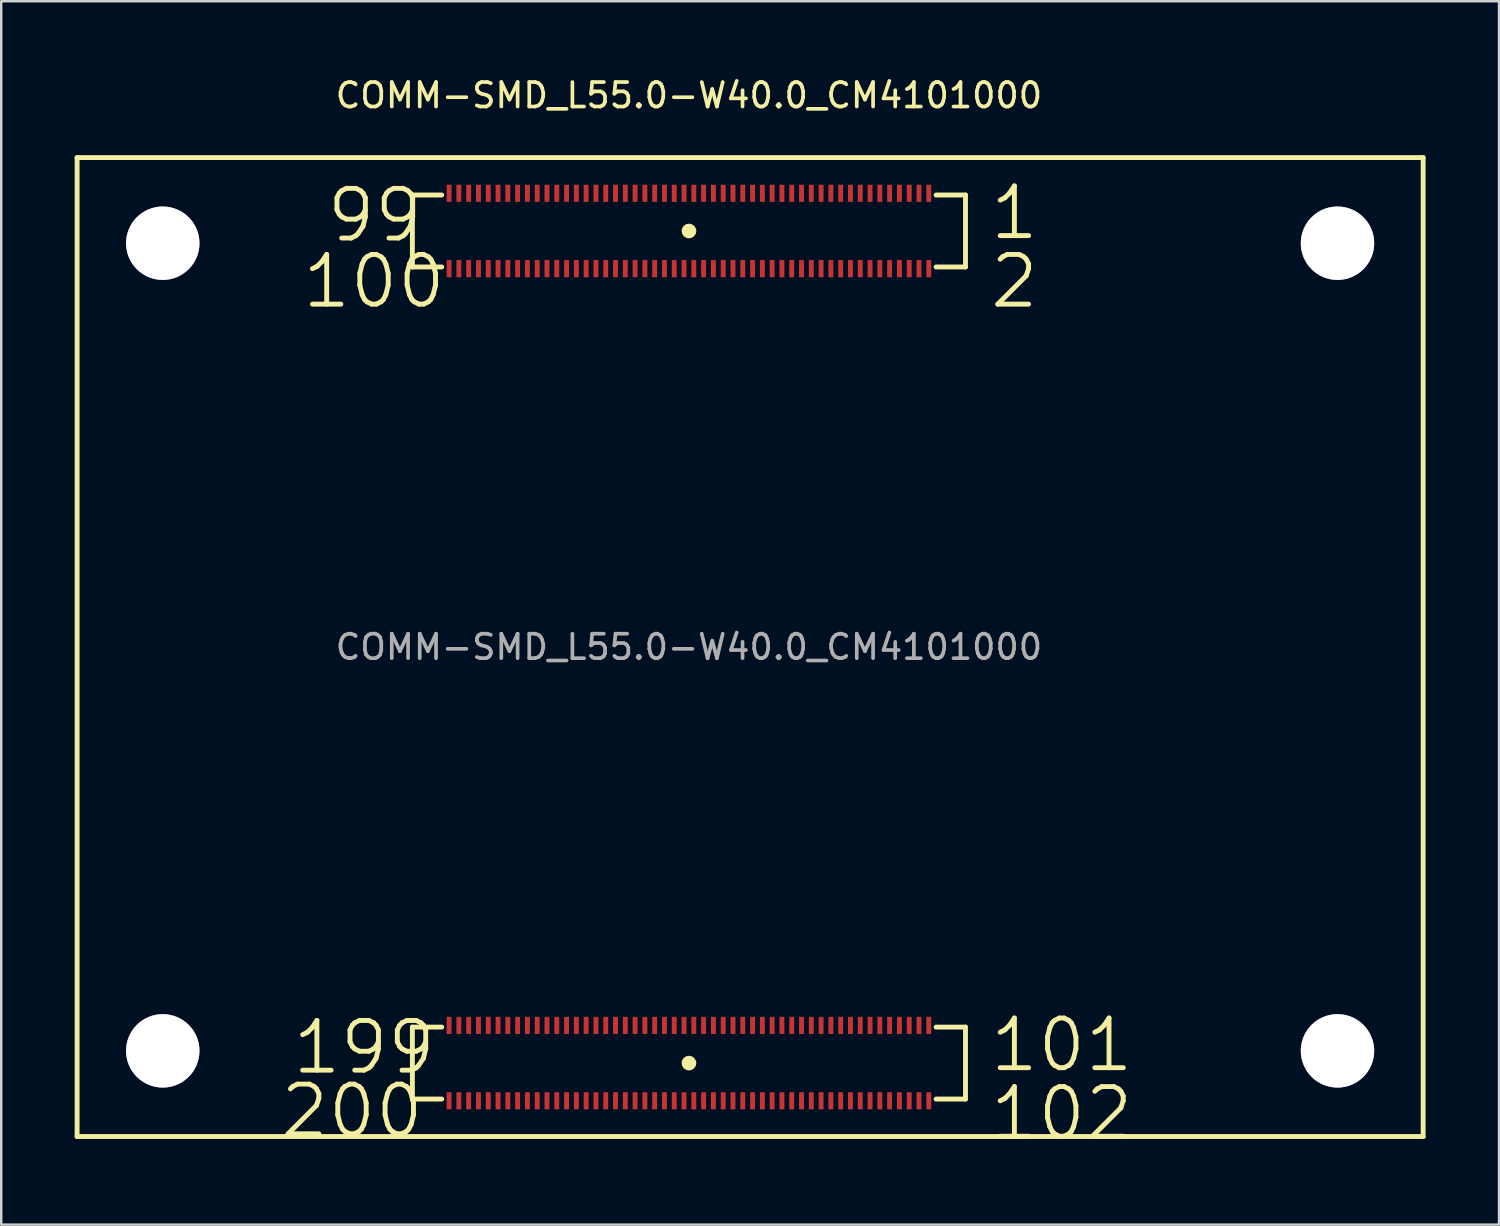
<source format=kicad_pcb>
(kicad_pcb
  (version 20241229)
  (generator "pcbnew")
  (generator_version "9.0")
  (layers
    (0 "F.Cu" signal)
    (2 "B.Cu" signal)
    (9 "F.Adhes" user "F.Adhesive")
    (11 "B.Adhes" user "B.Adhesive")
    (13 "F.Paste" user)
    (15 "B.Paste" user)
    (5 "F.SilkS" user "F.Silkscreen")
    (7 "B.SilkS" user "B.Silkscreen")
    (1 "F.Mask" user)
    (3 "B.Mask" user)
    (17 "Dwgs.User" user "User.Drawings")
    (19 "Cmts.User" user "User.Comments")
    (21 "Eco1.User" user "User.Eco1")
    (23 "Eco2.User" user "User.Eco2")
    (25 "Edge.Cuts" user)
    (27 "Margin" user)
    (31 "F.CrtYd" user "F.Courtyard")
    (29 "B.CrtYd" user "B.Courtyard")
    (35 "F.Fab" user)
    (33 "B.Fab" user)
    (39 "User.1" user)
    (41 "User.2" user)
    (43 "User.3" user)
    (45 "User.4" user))
  (footprint "COMM-SMD_L55.0-W40.0_CM4101000"
    (layer "F.Cu")
    (at 25.1 23.388)
    (property "Reference" "COMM-SMD_L55.0-W40.0_CM4101000" (at 0 -22.54 0) (layer "F.SilkS") (effects (font (size 1 1) (thickness 0.15))))
    (attr through_hole)
    (fp_line (start -25 -20) (end 30 -20) (stroke (width 0.2) (type solid)) (layer "F.SilkS"))
    (fp_line (start -25 20) (end -25 -20) (stroke (width 0.2) (type solid)) (layer "F.SilkS"))
    (fp_line (start -11.3 -18.47) (end -10.1 -18.47) (stroke (width 0.2) (type solid)) (layer "F.SilkS"))
    (fp_line (start -11.3 -15.53) (end -11.3 -18.47) (stroke (width 0.2) (type solid)) (layer "F.SilkS"))
    (fp_line (start -11.3 15.53) (end -10.1 15.53) (stroke (width 0.2) (type solid)) (layer "F.SilkS"))
    (fp_line (start -11.3 18.47) (end -11.3 15.53) (stroke (width 0.2) (type solid)) (layer "F.SilkS"))
    (fp_line (start -10.1 -15.53) (end -11.3 -15.53) (stroke (width 0.2) (type solid)) (layer "F.SilkS"))
    (fp_line (start -10.1 18.47) (end -11.3 18.47) (stroke (width 0.2) (type solid)) (layer "F.SilkS"))
    (fp_line (start 10.1 -18.47) (end 11.3 -18.47) (stroke (width 0.2) (type solid)) (layer "F.SilkS"))
    (fp_line (start 10.1 15.53) (end 11.3 15.53) (stroke (width 0.2) (type solid)) (layer "F.SilkS"))
    (fp_line (start 11.3 -18.47) (end 11.3 -15.53) (stroke (width 0.2) (type solid)) (layer "F.SilkS"))
    (fp_line (start 11.3 -15.53) (end 10.1 -15.53) (stroke (width 0.2) (type solid)) (layer "F.SilkS"))
    (fp_line (start 11.3 15.53) (end 11.3 18.47) (stroke (width 0.2) (type solid)) (layer "F.SilkS"))
    (fp_line (start 11.3 18.47) (end 10.1 18.47) (stroke (width 0.2) (type solid)) (layer "F.SilkS"))
    (fp_line (start 30 -20) (end 30 20) (stroke (width 0.2) (type solid)) (layer "F.SilkS"))
    (fp_line (start 30 20) (end -25 20) (stroke (width 0.2) (type solid)) (layer "F.SilkS"))
    (fp_circle (center 0 -17) (end 0.15 -17) (stroke (width 0.3) (type solid)) (fill no) (layer "F.SilkS"))
    (fp_circle (center 0 17) (end 0.15 17) (stroke (width 0.3) (type solid)) (fill no) (layer "F.SilkS"))
    (fp_text user "200" (at -16.8 18.96 0) (layer "F.SilkS") (effects (font (size 2.03 2.03) (thickness 0.2)) (justify left)))
    (fp_text user "100" (at -15.9 -14.94 0) (layer "F.SilkS") (effects (font (size 2.03 2.03) (thickness 0.2)) (justify left)))
    (fp_text user "102" (at 12.2 19.06 0) (layer "F.SilkS") (effects (font (size 2.03 2.03) (thickness 0.2)) (justify left)))
    (fp_text user "1" (at 12.2 -17.74 0) (layer "F.SilkS") (effects (font (size 2.03 2.03) (thickness 0.2)) (justify left)))
    (fp_text user "199" (at -16.3 16.36 0) (layer "F.SilkS") (effects (font (size 2.03 2.03) (thickness 0.2)) (justify left)))
    (fp_text user "101" (at 12.2 16.26 0) (layer "F.SilkS") (effects (font (size 2.03 2.03) (thickness 0.2)) (justify left)))
    (fp_text user "2" (at 12.2 -14.94 0) (layer "F.SilkS") (effects (font (size 2.03 2.03) (thickness 0.2)) (justify left)))
    (fp_text user "99" (at -14.9 -17.64 0) (layer "F.SilkS") (effects (font (size 2.03 2.03) (thickness 0.2)) (justify left)))
    (fp_text user "${REFERENCE}" (at 0 0 0) (layer "F.Fab") (effects (font (size 1 1) (thickness 0.15))))
    (pad "" thru_hole circle (at -21.5 -16.5) (size 3 3) (drill 3) (layers "*.Cu" "*.Mask"))
    (pad "" thru_hole circle (at -21.5 16.5) (size 3 3) (drill 3) (layers "*.Cu" "*.Mask"))
    (pad "" thru_hole circle (at 26.5 -16.5) (size 3 3) (drill 3) (layers "*.Cu" "*.Mask"))
    (pad "" thru_hole circle (at 26.5 16.5) (size 3 3) (drill 3) (layers "*.Cu" "*.Mask"))
    (pad "1" smd rect (at 9.8 -18.54) (size 0.2 0.7) (layers "F.Cu" "F.Mask" "F.Paste"))
    (pad "2" smd rect (at 9.8 -15.46) (size 0.2 0.7) (layers "F.Cu" "F.Mask" "F.Paste"))
    (pad "3" smd rect (at 9.4 -18.54) (size 0.2 0.7) (layers "F.Cu" "F.Mask" "F.Paste"))
    (pad "4" smd rect (at 9.4 -15.46) (size 0.2 0.7) (layers "F.Cu" "F.Mask" "F.Paste"))
    (pad "5" smd rect (at 9 -18.54) (size 0.2 0.7) (layers "F.Cu" "F.Mask" "F.Paste"))
    (pad "6" smd rect (at 9 -15.46) (size 0.2 0.7) (layers "F.Cu" "F.Mask" "F.Paste"))
    (pad "7" smd rect (at 8.6 -18.54) (size 0.2 0.7) (layers "F.Cu" "F.Mask" "F.Paste"))
    (pad "8" smd rect (at 8.6 -15.46) (size 0.2 0.7) (layers "F.Cu" "F.Mask" "F.Paste"))
    (pad "9" smd rect (at 8.2 -18.54) (size 0.2 0.7) (layers "F.Cu" "F.Mask" "F.Paste"))
    (pad "10" smd rect (at 8.2 -15.46) (size 0.2 0.7) (layers "F.Cu" "F.Mask" "F.Paste"))
    (pad "11" smd rect (at 7.8 -18.54) (size 0.2 0.7) (layers "F.Cu" "F.Mask" "F.Paste"))
    (pad "12" smd rect (at 7.8 -15.46) (size 0.2 0.7) (layers "F.Cu" "F.Mask" "F.Paste"))
    (pad "13" smd rect (at 7.4 -18.54) (size 0.2 0.7) (layers "F.Cu" "F.Mask" "F.Paste"))
    (pad "14" smd rect (at 7.4 -15.46) (size 0.2 0.7) (layers "F.Cu" "F.Mask" "F.Paste"))
    (pad "15" smd rect (at 7 -18.54) (size 0.2 0.7) (layers "F.Cu" "F.Mask" "F.Paste"))
    (pad "16" smd rect (at 7 -15.46) (size 0.2 0.7) (layers "F.Cu" "F.Mask" "F.Paste"))
    (pad "17" smd rect (at 6.6 -18.54) (size 0.2 0.7) (layers "F.Cu" "F.Mask" "F.Paste"))
    (pad "18" smd rect (at 6.6 -15.46) (size 0.2 0.7) (layers "F.Cu" "F.Mask" "F.Paste"))
    (pad "19" smd rect (at 6.2 -18.54) (size 0.2 0.7) (layers "F.Cu" "F.Mask" "F.Paste"))
    (pad "20" smd rect (at 6.2 -15.46) (size 0.2 0.7) (layers "F.Cu" "F.Mask" "F.Paste"))
    (pad "21" smd rect (at 5.8 -18.54) (size 0.2 0.7) (layers "F.Cu" "F.Mask" "F.Paste"))
    (pad "22" smd rect (at 5.8 -15.46) (size 0.2 0.7) (layers "F.Cu" "F.Mask" "F.Paste"))
    (pad "23" smd rect (at 5.4 -18.54) (size 0.2 0.7) (layers "F.Cu" "F.Mask" "F.Paste"))
    (pad "24" smd rect (at 5.4 -15.46) (size 0.2 0.7) (layers "F.Cu" "F.Mask" "F.Paste"))
    (pad "25" smd rect (at 5 -18.54) (size 0.2 0.7) (layers "F.Cu" "F.Mask" "F.Paste"))
    (pad "26" smd rect (at 5 -15.46) (size 0.2 0.7) (layers "F.Cu" "F.Mask" "F.Paste"))
    (pad "27" smd rect (at 4.6 -18.54) (size 0.2 0.7) (layers "F.Cu" "F.Mask" "F.Paste"))
    (pad "28" smd rect (at 4.6 -15.46) (size 0.2 0.7) (layers "F.Cu" "F.Mask" "F.Paste"))
    (pad "29" smd rect (at 4.2 -18.54) (size 0.2 0.7) (layers "F.Cu" "F.Mask" "F.Paste"))
    (pad "30" smd rect (at 4.2 -15.46) (size 0.2 0.7) (layers "F.Cu" "F.Mask" "F.Paste"))
    (pad "31" smd rect (at 3.8 -18.54) (size 0.2 0.7) (layers "F.Cu" "F.Mask" "F.Paste"))
    (pad "32" smd rect (at 3.8 -15.46) (size 0.2 0.7) (layers "F.Cu" "F.Mask" "F.Paste"))
    (pad "33" smd rect (at 3.4 -18.54) (size 0.2 0.7) (layers "F.Cu" "F.Mask" "F.Paste"))
    (pad "34" smd rect (at 3.4 -15.46) (size 0.2 0.7) (layers "F.Cu" "F.Mask" "F.Paste"))
    (pad "35" smd rect (at 3 -18.54) (size 0.2 0.7) (layers "F.Cu" "F.Mask" "F.Paste"))
    (pad "36" smd rect (at 3 -15.46) (size 0.2 0.7) (layers "F.Cu" "F.Mask" "F.Paste"))
    (pad "37" smd rect (at 2.6 -18.54) (size 0.2 0.7) (layers "F.Cu" "F.Mask" "F.Paste"))
    (pad "38" smd rect (at 2.6 -15.46) (size 0.2 0.7) (layers "F.Cu" "F.Mask" "F.Paste"))
    (pad "39" smd rect (at 2.2 -18.54) (size 0.2 0.7) (layers "F.Cu" "F.Mask" "F.Paste"))
    (pad "40" smd rect (at 2.2 -15.46) (size 0.2 0.7) (layers "F.Cu" "F.Mask" "F.Paste"))
    (pad "41" smd rect (at 1.8 -18.54) (size 0.2 0.7) (layers "F.Cu" "F.Mask" "F.Paste"))
    (pad "42" smd rect (at 1.8 -15.46) (size 0.2 0.7) (layers "F.Cu" "F.Mask" "F.Paste"))
    (pad "43" smd rect (at 1.4 -18.54) (size 0.2 0.7) (layers "F.Cu" "F.Mask" "F.Paste"))
    (pad "44" smd rect (at 1.4 -15.46) (size 0.2 0.7) (layers "F.Cu" "F.Mask" "F.Paste"))
    (pad "45" smd rect (at 1 -18.54) (size 0.2 0.7) (layers "F.Cu" "F.Mask" "F.Paste"))
    (pad "46" smd rect (at 1 -15.46) (size 0.2 0.7) (layers "F.Cu" "F.Mask" "F.Paste"))
    (pad "47" smd rect (at 0.6 -18.54) (size 0.2 0.7) (layers "F.Cu" "F.Mask" "F.Paste"))
    (pad "48" smd rect (at 0.6 -15.46) (size 0.2 0.7) (layers "F.Cu" "F.Mask" "F.Paste"))
    (pad "49" smd rect (at 0.2 -18.54) (size 0.2 0.7) (layers "F.Cu" "F.Mask" "F.Paste"))
    (pad "50" smd rect (at 0.2 -15.46) (size 0.2 0.7) (layers "F.Cu" "F.Mask" "F.Paste"))
    (pad "51" smd rect (at -0.2 -18.54) (size 0.2 0.7) (layers "F.Cu" "F.Mask" "F.Paste"))
    (pad "52" smd rect (at -0.2 -15.46) (size 0.2 0.7) (layers "F.Cu" "F.Mask" "F.Paste"))
    (pad "53" smd rect (at -0.6 -18.54) (size 0.2 0.7) (layers "F.Cu" "F.Mask" "F.Paste"))
    (pad "54" smd rect (at -0.6 -15.46) (size 0.2 0.7) (layers "F.Cu" "F.Mask" "F.Paste"))
    (pad "55" smd rect (at -1 -18.54) (size 0.2 0.7) (layers "F.Cu" "F.Mask" "F.Paste"))
    (pad "56" smd rect (at -1 -15.46) (size 0.2 0.7) (layers "F.Cu" "F.Mask" "F.Paste"))
    (pad "57" smd rect (at -1.4 -18.54) (size 0.2 0.7) (layers "F.Cu" "F.Mask" "F.Paste"))
    (pad "58" smd rect (at -1.4 -15.46) (size 0.2 0.7) (layers "F.Cu" "F.Mask" "F.Paste"))
    (pad "59" smd rect (at -1.8 -18.54) (size 0.2 0.7) (layers "F.Cu" "F.Mask" "F.Paste"))
    (pad "60" smd rect (at -1.8 -15.46) (size 0.2 0.7) (layers "F.Cu" "F.Mask" "F.Paste"))
    (pad "61" smd rect (at -2.2 -18.54) (size 0.2 0.7) (layers "F.Cu" "F.Mask" "F.Paste"))
    (pad "62" smd rect (at -2.2 -15.46) (size 0.2 0.7) (layers "F.Cu" "F.Mask" "F.Paste"))
    (pad "63" smd rect (at -2.6 -18.54) (size 0.2 0.7) (layers "F.Cu" "F.Mask" "F.Paste"))
    (pad "64" smd rect (at -2.6 -15.46) (size 0.2 0.7) (layers "F.Cu" "F.Mask" "F.Paste"))
    (pad "65" smd rect (at -3 -18.54) (size 0.2 0.7) (layers "F.Cu" "F.Mask" "F.Paste"))
    (pad "66" smd rect (at -3 -15.46) (size 0.2 0.7) (layers "F.Cu" "F.Mask" "F.Paste"))
    (pad "67" smd rect (at -3.4 -18.54) (size 0.2 0.7) (layers "F.Cu" "F.Mask" "F.Paste"))
    (pad "68" smd rect (at -3.4 -15.46) (size 0.2 0.7) (layers "F.Cu" "F.Mask" "F.Paste"))
    (pad "69" smd rect (at -3.8 -18.54) (size 0.2 0.7) (layers "F.Cu" "F.Mask" "F.Paste"))
    (pad "70" smd rect (at -3.8 -15.46) (size 0.2 0.7) (layers "F.Cu" "F.Mask" "F.Paste"))
    (pad "71" smd rect (at -4.2 -18.54) (size 0.2 0.7) (layers "F.Cu" "F.Mask" "F.Paste"))
    (pad "72" smd rect (at -4.2 -15.46) (size 0.2 0.7) (layers "F.Cu" "F.Mask" "F.Paste"))
    (pad "73" smd rect (at -4.6 -18.54) (size 0.2 0.7) (layers "F.Cu" "F.Mask" "F.Paste"))
    (pad "74" smd rect (at -4.6 -15.46) (size 0.2 0.7) (layers "F.Cu" "F.Mask" "F.Paste"))
    (pad "75" smd rect (at -5 -18.54) (size 0.2 0.7) (layers "F.Cu" "F.Mask" "F.Paste"))
    (pad "76" smd rect (at -5 -15.46) (size 0.2 0.7) (layers "F.Cu" "F.Mask" "F.Paste"))
    (pad "77" smd rect (at -5.4 -18.54) (size 0.2 0.7) (layers "F.Cu" "F.Mask" "F.Paste"))
    (pad "78" smd rect (at -5.4 -15.46) (size 0.2 0.7) (layers "F.Cu" "F.Mask" "F.Paste"))
    (pad "79" smd rect (at -5.8 -18.54) (size 0.2 0.7) (layers "F.Cu" "F.Mask" "F.Paste"))
    (pad "80" smd rect (at -5.8 -15.46) (size 0.2 0.7) (layers "F.Cu" "F.Mask" "F.Paste"))
    (pad "81" smd rect (at -6.2 -18.54) (size 0.2 0.7) (layers "F.Cu" "F.Mask" "F.Paste"))
    (pad "82" smd rect (at -6.2 -15.46) (size 0.2 0.7) (layers "F.Cu" "F.Mask" "F.Paste"))
    (pad "83" smd rect (at -6.6 -18.54) (size 0.2 0.7) (layers "F.Cu" "F.Mask" "F.Paste"))
    (pad "84" smd rect (at -6.6 -15.46) (size 0.2 0.7) (layers "F.Cu" "F.Mask" "F.Paste"))
    (pad "85" smd rect (at -7 -18.54) (size 0.2 0.7) (layers "F.Cu" "F.Mask" "F.Paste"))
    (pad "86" smd rect (at -7 -15.46) (size 0.2 0.7) (layers "F.Cu" "F.Mask" "F.Paste"))
    (pad "87" smd rect (at -7.4 -18.54) (size 0.2 0.7) (layers "F.Cu" "F.Mask" "F.Paste"))
    (pad "88" smd rect (at -7.4 -15.46) (size 0.2 0.7) (layers "F.Cu" "F.Mask" "F.Paste"))
    (pad "89" smd rect (at -7.8 -18.54) (size 0.2 0.7) (layers "F.Cu" "F.Mask" "F.Paste"))
    (pad "90" smd rect (at -7.8 -15.46) (size 0.2 0.7) (layers "F.Cu" "F.Mask" "F.Paste"))
    (pad "91" smd rect (at -8.2 -18.54) (size 0.2 0.7) (layers "F.Cu" "F.Mask" "F.Paste"))
    (pad "92" smd rect (at -8.2 -15.46) (size 0.2 0.7) (layers "F.Cu" "F.Mask" "F.Paste"))
    (pad "93" smd rect (at -8.6 -18.54) (size 0.2 0.7) (layers "F.Cu" "F.Mask" "F.Paste"))
    (pad "94" smd rect (at -8.6 -15.46) (size 0.2 0.7) (layers "F.Cu" "F.Mask" "F.Paste"))
    (pad "95" smd rect (at -9 -18.54) (size 0.2 0.7) (layers "F.Cu" "F.Mask" "F.Paste"))
    (pad "96" smd rect (at -9 -15.46) (size 0.2 0.7) (layers "F.Cu" "F.Mask" "F.Paste"))
    (pad "97" smd rect (at -9.4 -18.54) (size 0.2 0.7) (layers "F.Cu" "F.Mask" "F.Paste"))
    (pad "98" smd rect (at -9.4 -15.46) (size 0.2 0.7) (layers "F.Cu" "F.Mask" "F.Paste"))
    (pad "99" smd rect (at -9.8 -18.54) (size 0.2 0.7) (layers "F.Cu" "F.Mask" "F.Paste"))
    (pad "100" smd rect (at -9.8 -15.46) (size 0.2 0.7) (layers "F.Cu" "F.Mask" "F.Paste"))
    (pad "101" smd rect (at 9.8 15.46) (size 0.2 0.7) (layers "F.Cu" "F.Mask" "F.Paste"))
    (pad "102" smd rect (at 9.8 18.54) (size 0.2 0.7) (layers "F.Cu" "F.Mask" "F.Paste"))
    (pad "103" smd rect (at 9.4 15.46) (size 0.2 0.7) (layers "F.Cu" "F.Mask" "F.Paste"))
    (pad "104" smd rect (at 9.4 18.54) (size 0.2 0.7) (layers "F.Cu" "F.Mask" "F.Paste"))
    (pad "105" smd rect (at 9 15.46) (size 0.2 0.7) (layers "F.Cu" "F.Mask" "F.Paste"))
    (pad "106" smd rect (at 9 18.54) (size 0.2 0.7) (layers "F.Cu" "F.Mask" "F.Paste"))
    (pad "107" smd rect (at 8.6 15.46) (size 0.2 0.7) (layers "F.Cu" "F.Mask" "F.Paste"))
    (pad "108" smd rect (at 8.6 18.54) (size 0.2 0.7) (layers "F.Cu" "F.Mask" "F.Paste"))
    (pad "109" smd rect (at 8.2 15.46) (size 0.2 0.7) (layers "F.Cu" "F.Mask" "F.Paste"))
    (pad "110" smd rect (at 8.2 18.54) (size 0.2 0.7) (layers "F.Cu" "F.Mask" "F.Paste"))
    (pad "111" smd rect (at 7.8 15.46) (size 0.2 0.7) (layers "F.Cu" "F.Mask" "F.Paste"))
    (pad "112" smd rect (at 7.8 18.54) (size 0.2 0.7) (layers "F.Cu" "F.Mask" "F.Paste"))
    (pad "113" smd rect (at 7.4 15.46) (size 0.2 0.7) (layers "F.Cu" "F.Mask" "F.Paste"))
    (pad "114" smd rect (at 7.4 18.54) (size 0.2 0.7) (layers "F.Cu" "F.Mask" "F.Paste"))
    (pad "115" smd rect (at 7 15.46) (size 0.2 0.7) (layers "F.Cu" "F.Mask" "F.Paste"))
    (pad "116" smd rect (at 7 18.54) (size 0.2 0.7) (layers "F.Cu" "F.Mask" "F.Paste"))
    (pad "117" smd rect (at 6.6 15.46) (size 0.2 0.7) (layers "F.Cu" "F.Mask" "F.Paste"))
    (pad "118" smd rect (at 6.6 18.54) (size 0.2 0.7) (layers "F.Cu" "F.Mask" "F.Paste"))
    (pad "119" smd rect (at 6.2 15.46) (size 0.2 0.7) (layers "F.Cu" "F.Mask" "F.Paste"))
    (pad "120" smd rect (at 6.2 18.54) (size 0.2 0.7) (layers "F.Cu" "F.Mask" "F.Paste"))
    (pad "121" smd rect (at 5.8 15.46) (size 0.2 0.7) (layers "F.Cu" "F.Mask" "F.Paste"))
    (pad "122" smd rect (at 5.8 18.54) (size 0.2 0.7) (layers "F.Cu" "F.Mask" "F.Paste"))
    (pad "123" smd rect (at 5.4 15.46) (size 0.2 0.7) (layers "F.Cu" "F.Mask" "F.Paste"))
    (pad "124" smd rect (at 5.4 18.54) (size 0.2 0.7) (layers "F.Cu" "F.Mask" "F.Paste"))
    (pad "125" smd rect (at 5 15.46) (size 0.2 0.7) (layers "F.Cu" "F.Mask" "F.Paste"))
    (pad "126" smd rect (at 5 18.54) (size 0.2 0.7) (layers "F.Cu" "F.Mask" "F.Paste"))
    (pad "127" smd rect (at 4.6 15.46) (size 0.2 0.7) (layers "F.Cu" "F.Mask" "F.Paste"))
    (pad "128" smd rect (at 4.6 18.54) (size 0.2 0.7) (layers "F.Cu" "F.Mask" "F.Paste"))
    (pad "129" smd rect (at 4.2 15.46) (size 0.2 0.7) (layers "F.Cu" "F.Mask" "F.Paste"))
    (pad "130" smd rect (at 4.2 18.54) (size 0.2 0.7) (layers "F.Cu" "F.Mask" "F.Paste"))
    (pad "131" smd rect (at 3.8 15.46) (size 0.2 0.7) (layers "F.Cu" "F.Mask" "F.Paste"))
    (pad "132" smd rect (at 3.8 18.54) (size 0.2 0.7) (layers "F.Cu" "F.Mask" "F.Paste"))
    (pad "133" smd rect (at 3.4 15.46) (size 0.2 0.7) (layers "F.Cu" "F.Mask" "F.Paste"))
    (pad "134" smd rect (at 3.4 18.54) (size 0.2 0.7) (layers "F.Cu" "F.Mask" "F.Paste"))
    (pad "135" smd rect (at 3 15.46) (size 0.2 0.7) (layers "F.Cu" "F.Mask" "F.Paste"))
    (pad "136" smd rect (at 3 18.54) (size 0.2 0.7) (layers "F.Cu" "F.Mask" "F.Paste"))
    (pad "137" smd rect (at 2.6 15.46) (size 0.2 0.7) (layers "F.Cu" "F.Mask" "F.Paste"))
    (pad "138" smd rect (at 2.6 18.54) (size 0.2 0.7) (layers "F.Cu" "F.Mask" "F.Paste"))
    (pad "139" smd rect (at 2.2 15.46) (size 0.2 0.7) (layers "F.Cu" "F.Mask" "F.Paste"))
    (pad "140" smd rect (at 2.2 18.54) (size 0.2 0.7) (layers "F.Cu" "F.Mask" "F.Paste"))
    (pad "141" smd rect (at 1.8 15.46) (size 0.2 0.7) (layers "F.Cu" "F.Mask" "F.Paste"))
    (pad "142" smd rect (at 1.8 18.54) (size 0.2 0.7) (layers "F.Cu" "F.Mask" "F.Paste"))
    (pad "143" smd rect (at 1.4 15.46) (size 0.2 0.7) (layers "F.Cu" "F.Mask" "F.Paste"))
    (pad "144" smd rect (at 1.4 18.54) (size 0.2 0.7) (layers "F.Cu" "F.Mask" "F.Paste"))
    (pad "145" smd rect (at 1 15.46) (size 0.2 0.7) (layers "F.Cu" "F.Mask" "F.Paste"))
    (pad "146" smd rect (at 1 18.54) (size 0.2 0.7) (layers "F.Cu" "F.Mask" "F.Paste"))
    (pad "147" smd rect (at 0.6 15.46) (size 0.2 0.7) (layers "F.Cu" "F.Mask" "F.Paste"))
    (pad "148" smd rect (at 0.6 18.54) (size 0.2 0.7) (layers "F.Cu" "F.Mask" "F.Paste"))
    (pad "149" smd rect (at 0.2 15.46) (size 0.2 0.7) (layers "F.Cu" "F.Mask" "F.Paste"))
    (pad "150" smd rect (at 0.2 18.54) (size 0.2 0.7) (layers "F.Cu" "F.Mask" "F.Paste"))
    (pad "151" smd rect (at -0.2 15.46) (size 0.2 0.7) (layers "F.Cu" "F.Mask" "F.Paste"))
    (pad "152" smd rect (at -0.2 18.54) (size 0.2 0.7) (layers "F.Cu" "F.Mask" "F.Paste"))
    (pad "153" smd rect (at -0.6 15.46) (size 0.2 0.7) (layers "F.Cu" "F.Mask" "F.Paste"))
    (pad "154" smd rect (at -0.6 18.54) (size 0.2 0.7) (layers "F.Cu" "F.Mask" "F.Paste"))
    (pad "155" smd rect (at -1 15.46) (size 0.2 0.7) (layers "F.Cu" "F.Mask" "F.Paste"))
    (pad "156" smd rect (at -1 18.54) (size 0.2 0.7) (layers "F.Cu" "F.Mask" "F.Paste"))
    (pad "157" smd rect (at -1.4 15.46) (size 0.2 0.7) (layers "F.Cu" "F.Mask" "F.Paste"))
    (pad "158" smd rect (at -1.4 18.54) (size 0.2 0.7) (layers "F.Cu" "F.Mask" "F.Paste"))
    (pad "159" smd rect (at -1.8 15.46) (size 0.2 0.7) (layers "F.Cu" "F.Mask" "F.Paste"))
    (pad "160" smd rect (at -1.8 18.54) (size 0.2 0.7) (layers "F.Cu" "F.Mask" "F.Paste"))
    (pad "161" smd rect (at -2.2 15.46) (size 0.2 0.7) (layers "F.Cu" "F.Mask" "F.Paste"))
    (pad "162" smd rect (at -2.2 18.54) (size 0.2 0.7) (layers "F.Cu" "F.Mask" "F.Paste"))
    (pad "163" smd rect (at -2.6 15.46) (size 0.2 0.7) (layers "F.Cu" "F.Mask" "F.Paste"))
    (pad "164" smd rect (at -2.6 18.54) (size 0.2 0.7) (layers "F.Cu" "F.Mask" "F.Paste"))
    (pad "165" smd rect (at -3 15.46) (size 0.2 0.7) (layers "F.Cu" "F.Mask" "F.Paste"))
    (pad "166" smd rect (at -3 18.54) (size 0.2 0.7) (layers "F.Cu" "F.Mask" "F.Paste"))
    (pad "167" smd rect (at -3.4 15.46) (size 0.2 0.7) (layers "F.Cu" "F.Mask" "F.Paste"))
    (pad "168" smd rect (at -3.4 18.54) (size 0.2 0.7) (layers "F.Cu" "F.Mask" "F.Paste"))
    (pad "169" smd rect (at -3.8 15.46) (size 0.2 0.7) (layers "F.Cu" "F.Mask" "F.Paste"))
    (pad "170" smd rect (at -3.8 18.54) (size 0.2 0.7) (layers "F.Cu" "F.Mask" "F.Paste"))
    (pad "171" smd rect (at -4.2 15.46) (size 0.2 0.7) (layers "F.Cu" "F.Mask" "F.Paste"))
    (pad "172" smd rect (at -4.2 18.54) (size 0.2 0.7) (layers "F.Cu" "F.Mask" "F.Paste"))
    (pad "173" smd rect (at -4.6 15.46) (size 0.2 0.7) (layers "F.Cu" "F.Mask" "F.Paste"))
    (pad "174" smd rect (at -4.6 18.54) (size 0.2 0.7) (layers "F.Cu" "F.Mask" "F.Paste"))
    (pad "175" smd rect (at -5 15.46) (size 0.2 0.7) (layers "F.Cu" "F.Mask" "F.Paste"))
    (pad "176" smd rect (at -5 18.54) (size 0.2 0.7) (layers "F.Cu" "F.Mask" "F.Paste"))
    (pad "177" smd rect (at -5.4 15.46) (size 0.2 0.7) (layers "F.Cu" "F.Mask" "F.Paste"))
    (pad "178" smd rect (at -5.4 18.54) (size 0.2 0.7) (layers "F.Cu" "F.Mask" "F.Paste"))
    (pad "179" smd rect (at -5.8 15.46) (size 0.2 0.7) (layers "F.Cu" "F.Mask" "F.Paste"))
    (pad "180" smd rect (at -5.8 18.54) (size 0.2 0.7) (layers "F.Cu" "F.Mask" "F.Paste"))
    (pad "181" smd rect (at -6.2 15.46) (size 0.2 0.7) (layers "F.Cu" "F.Mask" "F.Paste"))
    (pad "182" smd rect (at -6.2 18.54) (size 0.2 0.7) (layers "F.Cu" "F.Mask" "F.Paste"))
    (pad "183" smd rect (at -6.6 15.46) (size 0.2 0.7) (layers "F.Cu" "F.Mask" "F.Paste"))
    (pad "184" smd rect (at -6.6 18.54) (size 0.2 0.7) (layers "F.Cu" "F.Mask" "F.Paste"))
    (pad "185" smd rect (at -7 15.46) (size 0.2 0.7) (layers "F.Cu" "F.Mask" "F.Paste"))
    (pad "186" smd rect (at -7 18.54) (size 0.2 0.7) (layers "F.Cu" "F.Mask" "F.Paste"))
    (pad "187" smd rect (at -7.4 15.46) (size 0.2 0.7) (layers "F.Cu" "F.Mask" "F.Paste"))
    (pad "188" smd rect (at -7.4 18.54) (size 0.2 0.7) (layers "F.Cu" "F.Mask" "F.Paste"))
    (pad "189" smd rect (at -7.8 15.46) (size 0.2 0.7) (layers "F.Cu" "F.Mask" "F.Paste"))
    (pad "190" smd rect (at -7.8 18.54) (size 0.2 0.7) (layers "F.Cu" "F.Mask" "F.Paste"))
    (pad "191" smd rect (at -8.2 15.46) (size 0.2 0.7) (layers "F.Cu" "F.Mask" "F.Paste"))
    (pad "192" smd rect (at -8.2 18.54) (size 0.2 0.7) (layers "F.Cu" "F.Mask" "F.Paste"))
    (pad "193" smd rect (at -8.6 15.46) (size 0.2 0.7) (layers "F.Cu" "F.Mask" "F.Paste"))
    (pad "194" smd rect (at -8.6 18.54) (size 0.2 0.7) (layers "F.Cu" "F.Mask" "F.Paste"))
    (pad "195" smd rect (at -9 15.46) (size 0.2 0.7) (layers "F.Cu" "F.Mask" "F.Paste"))
    (pad "196" smd rect (at -9 18.54) (size 0.2 0.7) (layers "F.Cu" "F.Mask" "F.Paste"))
    (pad "197" smd rect (at -9.4 15.46) (size 0.2 0.7) (layers "F.Cu" "F.Mask" "F.Paste"))
    (pad "198" smd rect (at -9.4 18.54) (size 0.2 0.7) (layers "F.Cu" "F.Mask" "F.Paste"))
    (pad "199" smd rect (at -9.8 15.46) (size 0.2 0.7) (layers "F.Cu" "F.Mask" "F.Paste"))
    (pad "200" smd rect (at -9.8 18.54) (size 0.2 0.7) (layers "F.Cu" "F.Mask" "F.Paste")))
  (gr_rect
    (start -3 -3)
    (end 58.2 46.987)
    (stroke (width 0.1) (type default))
    (fill no)
    (layer "Edge.Cuts")))
</source>
